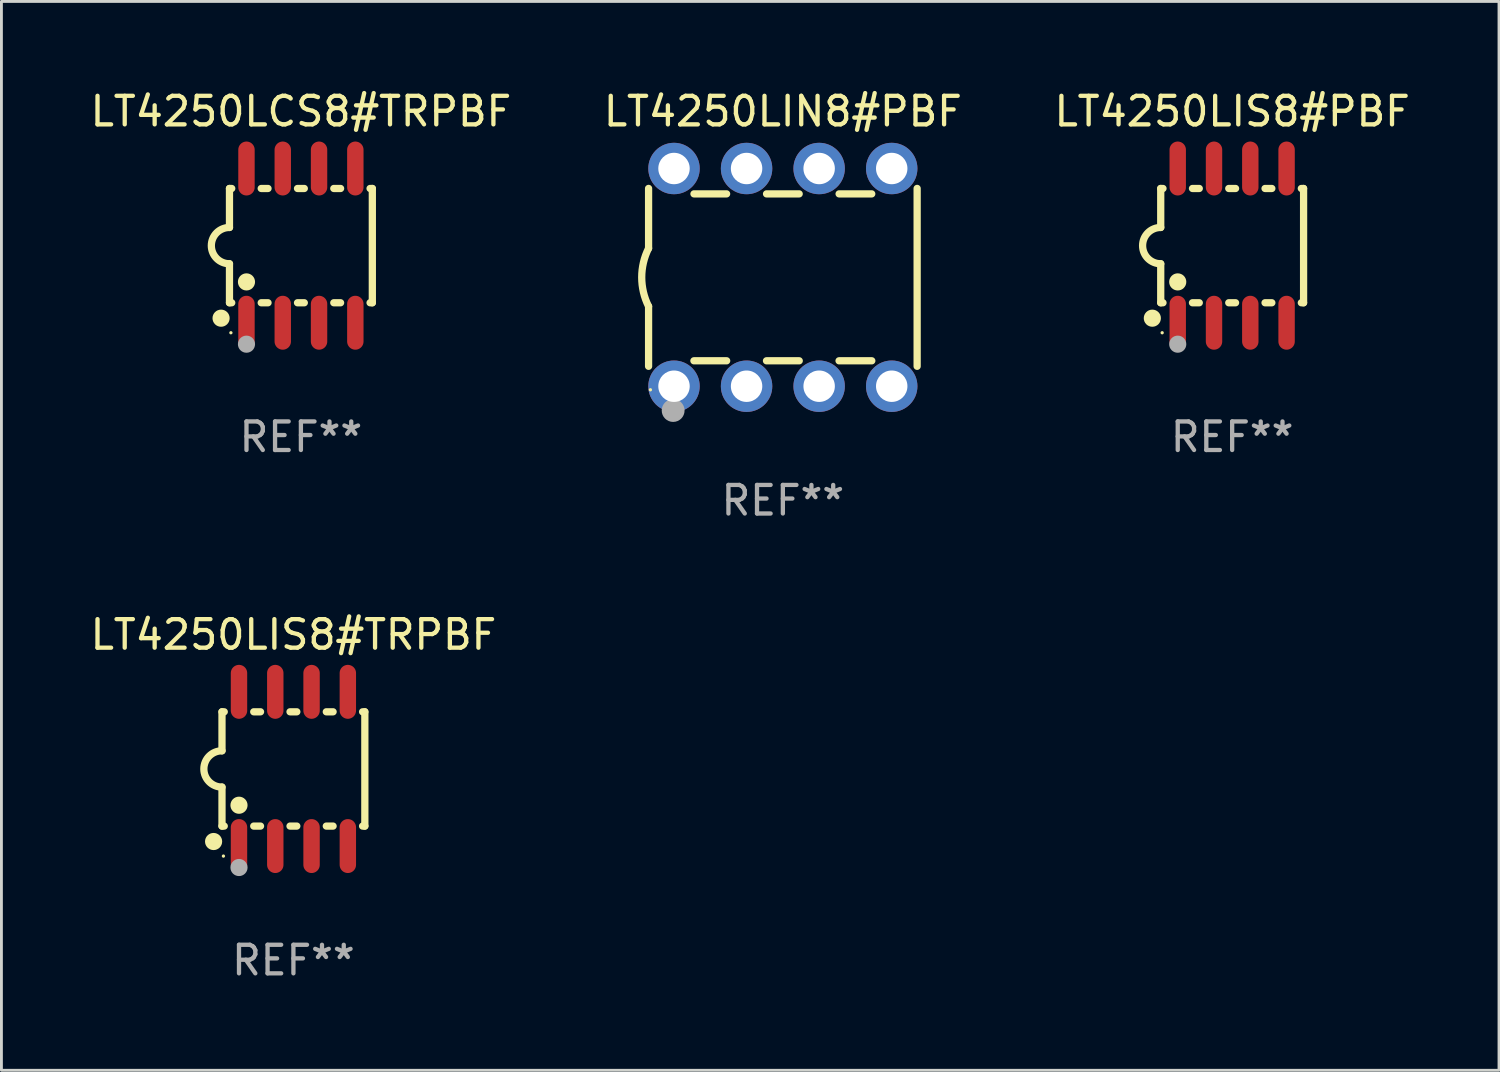
<source format=kicad_pcb>
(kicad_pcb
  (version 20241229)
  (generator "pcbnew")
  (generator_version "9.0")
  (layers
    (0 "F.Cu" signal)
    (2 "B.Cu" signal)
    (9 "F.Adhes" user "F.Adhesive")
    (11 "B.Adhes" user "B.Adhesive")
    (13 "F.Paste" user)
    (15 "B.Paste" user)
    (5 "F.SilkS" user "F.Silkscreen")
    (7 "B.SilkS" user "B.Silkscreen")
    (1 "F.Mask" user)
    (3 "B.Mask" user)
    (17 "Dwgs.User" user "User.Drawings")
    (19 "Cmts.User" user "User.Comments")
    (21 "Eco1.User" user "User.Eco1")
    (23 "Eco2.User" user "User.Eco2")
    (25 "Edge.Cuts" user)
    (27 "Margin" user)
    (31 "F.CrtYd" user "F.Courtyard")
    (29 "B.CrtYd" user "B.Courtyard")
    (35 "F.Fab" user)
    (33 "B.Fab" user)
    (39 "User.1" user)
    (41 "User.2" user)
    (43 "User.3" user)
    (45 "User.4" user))
  (footprint "LT4250LIN8#PBF"
    (layer "F.Cu")
    (at 24.351 6.658)
    (property "Reference" "LT4250LIN8#PBF" (at 0 -5.81 0) (layer "F.SilkS") (effects (font (size 1 1) (thickness 0.15))))
    (attr through_hole)
    (fp_line (start -4.7 -1.017) (end -4.7 -3.113) (stroke (width 0.254) (type solid)) (layer "F.SilkS"))
    (fp_line (start -4.7 1.015) (end -4.7 3.113) (stroke (width 0.254) (type solid)) (layer "F.SilkS"))
    (fp_line (start -3.113 2.92) (end -1.967 2.92) (stroke (width 0.254) (type solid)) (layer "F.SilkS"))
    (fp_line (start -3.111 -2.922) (end -1.969 -2.922) (stroke (width 0.254) (type solid)) (layer "F.SilkS"))
    (fp_line (start -0.573 2.92) (end 0.573 2.92) (stroke (width 0.254) (type solid)) (layer "F.SilkS"))
    (fp_line (start -0.571 -2.922) (end 0.571 -2.922) (stroke (width 0.254) (type solid)) (layer "F.SilkS"))
    (fp_line (start 1.967 2.92) (end 3.113 2.92) (stroke (width 0.254) (type solid)) (layer "F.SilkS"))
    (fp_line (start 1.969 -2.922) (end 3.111 -2.922) (stroke (width 0.254) (type solid)) (layer "F.SilkS"))
    (fp_line (start 4.7 -3.113) (end 4.7 3.113) (stroke (width 0.254) (type solid)) (layer "F.SilkS"))
    (fp_arc (start -4.7 1.01524) (mid -4.939846 -0.000762) (end -4.7 -1.016764) (stroke (width 0.254001) (type solid)) (layer "F.SilkS"))
    (fp_circle (center -4.636 3.935) (end -4.606 3.935) (stroke (width 0.06) (type solid)) (fill no) (layer "F.SilkS"))
    (fp_circle (center -3.84 4.66) (end -3.64 4.66) (stroke (width 0.4) (type solid)) (fill no) (layer "F.Fab"))
    (fp_text user "REF**" (at 0 7.81 0) (layer "F.Fab") (effects (font (size 1 1) (thickness 0.15))))
    (pad "1" thru_hole circle (at -3.81 3.81) (size 1.8 1.8) (drill 1.1) (layers "*.Cu" "*.Mask"))
    (pad "2" thru_hole circle (at -1.27 3.81) (size 1.8 1.8) (drill 1.1) (layers "*.Cu" "*.Mask"))
    (pad "3" thru_hole circle (at 1.27 3.81) (size 1.8 1.8) (drill 1.1) (layers "*.Cu" "*.Mask"))
    (pad "4" thru_hole circle (at 3.81 3.81) (size 1.8 1.8) (drill 1.1) (layers "*.Cu" "*.Mask"))
    (pad "5" thru_hole circle (at 3.81 -3.81) (size 1.8 1.8) (drill 1.1) (layers "*.Cu" "*.Mask"))
    (pad "6" thru_hole circle (at 1.27 -3.81) (size 1.8 1.8) (drill 1.1) (layers "*.Cu" "*.Mask"))
    (pad "7" thru_hole circle (at -1.27 -3.81) (size 1.8 1.8) (drill 1.1) (layers "*.Cu" "*.Mask"))
    (pad "8" thru_hole circle (at -3.81 -3.81) (size 1.8 1.8) (drill 1.1) (layers "*.Cu" "*.Mask")))
  (footprint "LT4250LCS8#TRPBF"
    (layer "F.Cu")
    (at 7.482 5.547)
    (property "Reference" "LT4250LCS8#TRPBF" (at 0 -4.699 0) (layer "F.SilkS") (effects (font (size 1 1) (thickness 0.15))))
    (attr through_hole)
    (fp_line (start -2.5 -2) (end -2.5 -0.635) (stroke (width 0.254) (type solid)) (layer "F.SilkS"))
    (fp_line (start -2.5 -2) (end -2.421 -2) (stroke (width 0.254) (type solid)) (layer "F.SilkS"))
    (fp_line (start -2.5 2) (end -2.5 0.635) (stroke (width 0.254) (type solid)) (layer "F.SilkS"))
    (fp_line (start -2.5 2) (end -2.421 2) (stroke (width 0.254) (type solid)) (layer "F.SilkS"))
    (fp_line (start -1.389 -2) (end -1.151 -2) (stroke (width 0.254) (type solid)) (layer "F.SilkS"))
    (fp_line (start -1.389 2) (end -1.151 2) (stroke (width 0.254) (type solid)) (layer "F.SilkS"))
    (fp_line (start -0.119 -2) (end 0.119 -2) (stroke (width 0.254) (type solid)) (layer "F.SilkS"))
    (fp_line (start -0.119 2) (end 0.119 2) (stroke (width 0.254) (type solid)) (layer "F.SilkS"))
    (fp_line (start 1.151 -2) (end 1.389 -2) (stroke (width 0.254) (type solid)) (layer "F.SilkS"))
    (fp_line (start 1.151 2) (end 1.389 2) (stroke (width 0.254) (type solid)) (layer "F.SilkS"))
    (fp_line (start 2.421 -2) (end 2.5 -2) (stroke (width 0.254) (type solid)) (layer "F.SilkS"))
    (fp_line (start 2.421 2) (end 2.5 2) (stroke (width 0.254) (type solid)) (layer "F.SilkS"))
    (fp_line (start 2.5 -2) (end 2.5 2) (stroke (width 0.254) (type solid)) (layer "F.SilkS"))
    (fp_arc (start -2.5 0.635001) (mid -3.134366 -0.000318) (end -2.499365 -0.635001) (stroke (width 0.254001) (type solid)) (layer "F.SilkS"))
    (fp_circle (center -2.794 2.54) (end -2.644 2.54) (stroke (width 0.3) (type solid)) (fill no) (layer "F.SilkS"))
    (fp_circle (center -2.45 3.05) (end -2.42 3.05) (stroke (width 0.06) (type solid)) (fill no) (layer "F.SilkS"))
    (fp_circle (center -1.905 1.27) (end -1.755 1.27) (stroke (width 0.3) (type solid)) (fill no) (layer "F.SilkS"))
    (fp_circle (center -1.905 3.45) (end -1.755 3.45) (stroke (width 0.3) (type solid)) (fill no) (layer "F.Fab"))
    (fp_text user "REF**" (at 0 6.699 0) (layer "F.Fab") (effects (font (size 1 1) (thickness 0.15))))
    (pad "1" smd oval (at -1.905 2.699) (size 0.574 1.888) (layers "F.Cu" "F.Mask" "F.Paste"))
    (pad "2" smd oval (at -0.635 2.699) (size 0.574 1.888) (layers "F.Cu" "F.Mask" "F.Paste"))
    (pad "3" smd oval (at 0.635 2.699) (size 0.574 1.888) (layers "F.Cu" "F.Mask" "F.Paste"))
    (pad "4" smd oval (at 1.905 2.699) (size 0.574 1.888) (layers "F.Cu" "F.Mask" "F.Paste"))
    (pad "5" smd oval (at 1.905 -2.699) (size 0.574 1.888) (layers "F.Cu" "F.Mask" "F.Paste"))
    (pad "6" smd oval (at 0.635 -2.699) (size 0.574 1.888) (layers "F.Cu" "F.Mask" "F.Paste"))
    (pad "7" smd oval (at -0.635 -2.699) (size 0.574 1.888) (layers "F.Cu" "F.Mask" "F.Paste"))
    (pad "8" smd oval (at -1.905 -2.699) (size 0.574 1.888) (layers "F.Cu" "F.Mask" "F.Paste")))
  (footprint "LT4250LIS8#PBF"
    (layer "F.Cu")
    (at 40.077 5.547)
    (property "Reference" "LT4250LIS8#PBF" (at 0 -4.699 0) (layer "F.SilkS") (effects (font (size 1 1) (thickness 0.15))))
    (attr through_hole)
    (fp_line (start -2.5 -2) (end -2.5 -0.635) (stroke (width 0.254) (type solid)) (layer "F.SilkS"))
    (fp_line (start -2.5 -2) (end -2.421 -2) (stroke (width 0.254) (type solid)) (layer "F.SilkS"))
    (fp_line (start -2.5 2) (end -2.5 0.635) (stroke (width 0.254) (type solid)) (layer "F.SilkS"))
    (fp_line (start -2.5 2) (end -2.421 2) (stroke (width 0.254) (type solid)) (layer "F.SilkS"))
    (fp_line (start -1.389 -2) (end -1.151 -2) (stroke (width 0.254) (type solid)) (layer "F.SilkS"))
    (fp_line (start -1.389 2) (end -1.151 2) (stroke (width 0.254) (type solid)) (layer "F.SilkS"))
    (fp_line (start -0.119 -2) (end 0.119 -2) (stroke (width 0.254) (type solid)) (layer "F.SilkS"))
    (fp_line (start -0.119 2) (end 0.119 2) (stroke (width 0.254) (type solid)) (layer "F.SilkS"))
    (fp_line (start 1.151 -2) (end 1.389 -2) (stroke (width 0.254) (type solid)) (layer "F.SilkS"))
    (fp_line (start 1.151 2) (end 1.389 2) (stroke (width 0.254) (type solid)) (layer "F.SilkS"))
    (fp_line (start 2.421 -2) (end 2.5 -2) (stroke (width 0.254) (type solid)) (layer "F.SilkS"))
    (fp_line (start 2.421 2) (end 2.5 2) (stroke (width 0.254) (type solid)) (layer "F.SilkS"))
    (fp_line (start 2.5 -2) (end 2.5 2) (stroke (width 0.254) (type solid)) (layer "F.SilkS"))
    (fp_arc (start -2.5 0.635001) (mid -3.134366 -0.000318) (end -2.499365 -0.635001) (stroke (width 0.254001) (type solid)) (layer "F.SilkS"))
    (fp_circle (center -2.794 2.54) (end -2.644 2.54) (stroke (width 0.3) (type solid)) (fill no) (layer "F.SilkS"))
    (fp_circle (center -2.45 3.05) (end -2.42 3.05) (stroke (width 0.06) (type solid)) (fill no) (layer "F.SilkS"))
    (fp_circle (center -1.905 1.27) (end -1.755 1.27) (stroke (width 0.3) (type solid)) (fill no) (layer "F.SilkS"))
    (fp_circle (center -1.905 3.45) (end -1.755 3.45) (stroke (width 0.3) (type solid)) (fill no) (layer "F.Fab"))
    (fp_text user "REF**" (at 0 6.699 0) (layer "F.Fab") (effects (font (size 1 1) (thickness 0.15))))
    (pad "1" smd oval (at -1.905 2.699) (size 0.574 1.888) (layers "F.Cu" "F.Mask" "F.Paste"))
    (pad "2" smd oval (at -0.635 2.699) (size 0.574 1.888) (layers "F.Cu" "F.Mask" "F.Paste"))
    (pad "3" smd oval (at 0.635 2.699) (size 0.574 1.888) (layers "F.Cu" "F.Mask" "F.Paste"))
    (pad "4" smd oval (at 1.905 2.699) (size 0.574 1.888) (layers "F.Cu" "F.Mask" "F.Paste"))
    (pad "5" smd oval (at 1.905 -2.699) (size 0.574 1.888) (layers "F.Cu" "F.Mask" "F.Paste"))
    (pad "6" smd oval (at 0.635 -2.699) (size 0.574 1.888) (layers "F.Cu" "F.Mask" "F.Paste"))
    (pad "7" smd oval (at -0.635 -2.699) (size 0.574 1.888) (layers "F.Cu" "F.Mask" "F.Paste"))
    (pad "8" smd oval (at -1.905 -2.699) (size 0.574 1.888) (layers "F.Cu" "F.Mask" "F.Paste")))
  (footprint "LT4250LIS8#TRPBF"
    (layer "F.Cu")
    (at 7.22 23.864)
    (property "Reference" "LT4250LIS8#TRPBF" (at 0 -4.699 0) (layer "F.SilkS") (effects (font (size 1 1) (thickness 0.15))))
    (attr through_hole)
    (fp_line (start -2.5 -2) (end -2.5 -0.635) (stroke (width 0.254) (type solid)) (layer "F.SilkS"))
    (fp_line (start -2.5 -2) (end -2.421 -2) (stroke (width 0.254) (type solid)) (layer "F.SilkS"))
    (fp_line (start -2.5 2) (end -2.5 0.635) (stroke (width 0.254) (type solid)) (layer "F.SilkS"))
    (fp_line (start -2.5 2) (end -2.421 2) (stroke (width 0.254) (type solid)) (layer "F.SilkS"))
    (fp_line (start -1.389 -2) (end -1.151 -2) (stroke (width 0.254) (type solid)) (layer "F.SilkS"))
    (fp_line (start -1.389 2) (end -1.151 2) (stroke (width 0.254) (type solid)) (layer "F.SilkS"))
    (fp_line (start -0.119 -2) (end 0.119 -2) (stroke (width 0.254) (type solid)) (layer "F.SilkS"))
    (fp_line (start -0.119 2) (end 0.119 2) (stroke (width 0.254) (type solid)) (layer "F.SilkS"))
    (fp_line (start 1.151 -2) (end 1.389 -2) (stroke (width 0.254) (type solid)) (layer "F.SilkS"))
    (fp_line (start 1.151 2) (end 1.389 2) (stroke (width 0.254) (type solid)) (layer "F.SilkS"))
    (fp_line (start 2.421 -2) (end 2.5 -2) (stroke (width 0.254) (type solid)) (layer "F.SilkS"))
    (fp_line (start 2.421 2) (end 2.5 2) (stroke (width 0.254) (type solid)) (layer "F.SilkS"))
    (fp_line (start 2.5 -2) (end 2.5 2) (stroke (width 0.254) (type solid)) (layer "F.SilkS"))
    (fp_arc (start -2.5 0.635001) (mid -3.134366 -0.000318) (end -2.499365 -0.635001) (stroke (width 0.254001) (type solid)) (layer "F.SilkS"))
    (fp_circle (center -2.794 2.54) (end -2.644 2.54) (stroke (width 0.3) (type solid)) (fill no) (layer "F.SilkS"))
    (fp_circle (center -2.45 3.05) (end -2.42 3.05) (stroke (width 0.06) (type solid)) (fill no) (layer "F.SilkS"))
    (fp_circle (center -1.905 1.27) (end -1.755 1.27) (stroke (width 0.3) (type solid)) (fill no) (layer "F.SilkS"))
    (fp_circle (center -1.905 3.45) (end -1.755 3.45) (stroke (width 0.3) (type solid)) (fill no) (layer "F.Fab"))
    (fp_text user "REF**" (at 0 6.699 0) (layer "F.Fab") (effects (font (size 1 1) (thickness 0.15))))
    (pad "1" smd oval (at -1.905 2.699) (size 0.574 1.888) (layers "F.Cu" "F.Mask" "F.Paste"))
    (pad "2" smd oval (at -0.635 2.699) (size 0.574 1.888) (layers "F.Cu" "F.Mask" "F.Paste"))
    (pad "3" smd oval (at 0.635 2.699) (size 0.574 1.888) (layers "F.Cu" "F.Mask" "F.Paste"))
    (pad "4" smd oval (at 1.905 2.699) (size 0.574 1.888) (layers "F.Cu" "F.Mask" "F.Paste"))
    (pad "5" smd oval (at 1.905 -2.699) (size 0.574 1.888) (layers "F.Cu" "F.Mask" "F.Paste"))
    (pad "6" smd oval (at 0.635 -2.699) (size 0.574 1.888) (layers "F.Cu" "F.Mask" "F.Paste"))
    (pad "7" smd oval (at -0.635 -2.699) (size 0.574 1.888) (layers "F.Cu" "F.Mask" "F.Paste"))
    (pad "8" smd oval (at -1.905 -2.699) (size 0.574 1.888) (layers "F.Cu" "F.Mask" "F.Paste")))
  (gr_rect
    (start -3 -3)
    (end 49.417 34.411)
    (stroke (width 0.1) (type default))
    (fill no)
    (layer "Edge.Cuts")))
</source>
